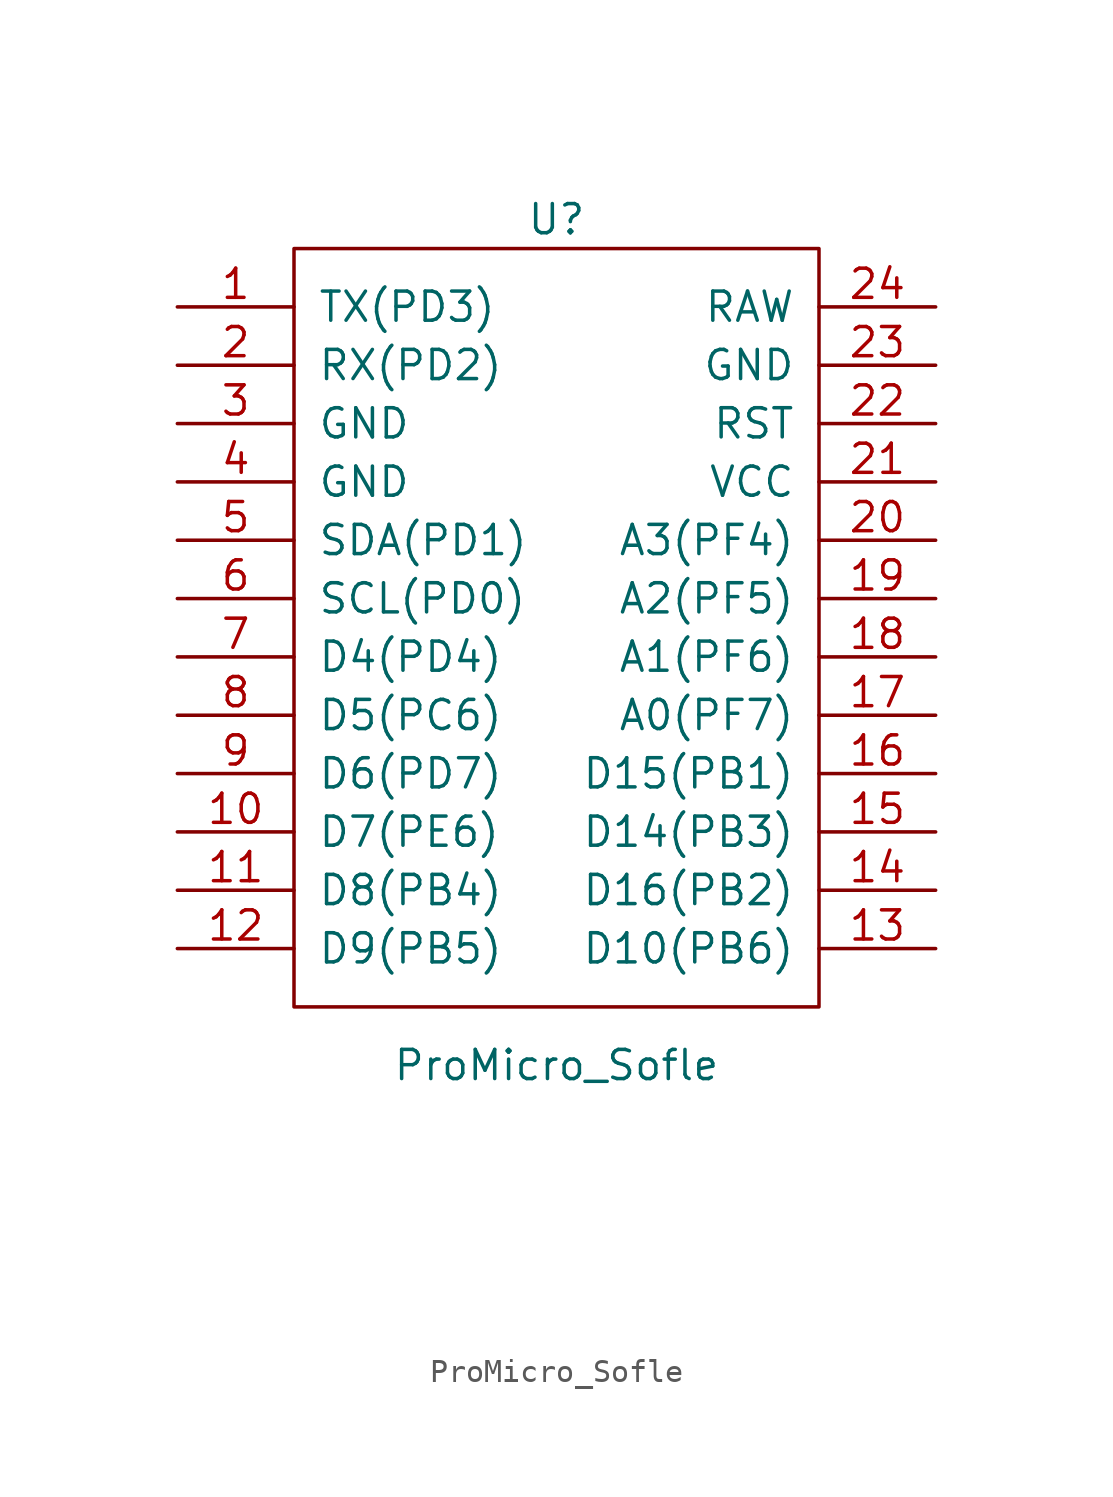
<source format=kicad_sym>
(kicad_symbol_lib
  (version 20231120)
  (generator "kicad_symbol_editor")
  (generator_version "8.0")
  (symbol "ProMicro_Sofle"
    (pin_names
      (offset 1.016))
    (property "Reference" "U"
      (at 0 17.78 0)
      (effects (font (size 1.27 1.27))))
    (property "Value" "ProMicro_Sofle"
      (at 0 -19.05 0)
      (effects (font (size 1.27 1.27))))
    (property "Datasheet" ""
      (at 2.54 -26.67 0)
      (effects (font (size 1.27 1.27))))
    (symbol "ProMicro_Sofle_0_1"
      (rectangle (start -11.43 16.51) (end 11.43 -16.51) (stroke (width 0) (type solid)) (fill (type none))))
    (symbol "ProMicro_Sofle_1_1"
      (pin input line (at -16.51 13.97 0) (length 5.08) (name "TX(PD3)" (effects (font (size 1.27 1.27)))) (number "1" (effects (font (size 1.27 1.27)))))
      (pin input line (at -16.51 -8.89 0) (length 5.08) (name "D7(PE6)" (effects (font (size 1.27 1.27)))) (number "10" (effects (font (size 1.27 1.27)))))
      (pin input line (at -16.51 -11.43 0) (length 5.08) (name "D8(PB4)" (effects (font (size 1.27 1.27)))) (number "11" (effects (font (size 1.27 1.27)))))
      (pin input line (at -16.51 -13.97 0) (length 5.08) (name "D9(PB5)" (effects (font (size 1.27 1.27)))) (number "12" (effects (font (size 1.27 1.27)))))
      (pin input line (at 16.51 -13.97 180) (length 5.08) (name "D10(PB6)" (effects (font (size 1.27 1.27)))) (number "13" (effects (font (size 1.27 1.27)))))
      (pin input line (at 16.51 -11.43 180) (length 5.08) (name "D16(PB2)" (effects (font (size 1.27 1.27)))) (number "14" (effects (font (size 1.27 1.27)))))
      (pin input line (at 16.51 -8.89 180) (length 5.08) (name "D14(PB3)" (effects (font (size 1.27 1.27)))) (number "15" (effects (font (size 1.27 1.27)))))
      (pin input line (at 16.51 -6.35 180) (length 5.08) (name "D15(PB1)" (effects (font (size 1.27 1.27)))) (number "16" (effects (font (size 1.27 1.27)))))
      (pin input line (at 16.51 -3.81 180) (length 5.08) (name "A0(PF7)" (effects (font (size 1.27 1.27)))) (number "17" (effects (font (size 1.27 1.27)))))
      (pin input line (at 16.51 -1.27 180) (length 5.08) (name "A1(PF6)" (effects (font (size 1.27 1.27)))) (number "18" (effects (font (size 1.27 1.27)))))
      (pin input line (at 16.51 1.27 180) (length 5.08) (name "A2(PF5)" (effects (font (size 1.27 1.27)))) (number "19" (effects (font (size 1.27 1.27)))))
      (pin input line (at -16.51 11.43 0) (length 5.08) (name "RX(PD2)" (effects (font (size 1.27 1.27)))) (number "2" (effects (font (size 1.27 1.27)))))
      (pin input line (at 16.51 3.81 180) (length 5.08) (name "A3(PF4)" (effects (font (size 1.27 1.27)))) (number "20" (effects (font (size 1.27 1.27)))))
      (pin input line (at 16.51 6.35 180) (length 5.08) (name "VCC" (effects (font (size 1.27 1.27)))) (number "21" (effects (font (size 1.27 1.27)))))
      (pin input line (at 16.51 8.89 180) (length 5.08) (name "RST" (effects (font (size 1.27 1.27)))) (number "22" (effects (font (size 1.27 1.27)))))
      (pin input line (at 16.51 11.43 180) (length 5.08) (name "GND" (effects (font (size 1.27 1.27)))) (number "23" (effects (font (size 1.27 1.27)))))
      (pin input line (at 16.51 13.97 180) (length 5.08) (name "RAW" (effects (font (size 1.27 1.27)))) (number "24" (effects (font (size 1.27 1.27)))))
      (pin input line (at -16.51 8.89 0) (length 5.08) (name "GND" (effects (font (size 1.27 1.27)))) (number "3" (effects (font (size 1.27 1.27)))))
      (pin input line (at -16.51 6.35 0) (length 5.08) (name "GND" (effects (font (size 1.27 1.27)))) (number "4" (effects (font (size 1.27 1.27)))))
      (pin input line (at -16.51 3.81 0) (length 5.08) (name "SDA(PD1)" (effects (font (size 1.27 1.27)))) (number "5" (effects (font (size 1.27 1.27)))))
      (pin input line (at -16.51 1.27 0) (length 5.08) (name "SCL(PD0)" (effects (font (size 1.27 1.27)))) (number "6" (effects (font (size 1.27 1.27)))))
      (pin input line (at -16.51 -1.27 0) (length 5.08) (name "D4(PD4)" (effects (font (size 1.27 1.27)))) (number "7" (effects (font (size 1.27 1.27)))))
      (pin input line (at -16.51 -3.81 0) (length 5.08) (name "D5(PC6)" (effects (font (size 1.27 1.27)))) (number "8" (effects (font (size 1.27 1.27)))))
      (pin input line (at -16.51 -6.35 0) (length 5.08) (name "D6(PD7)" (effects (font (size 1.27 1.27)))) (number "9" (effects (font (size 1.27 1.27))))))))
</source>
